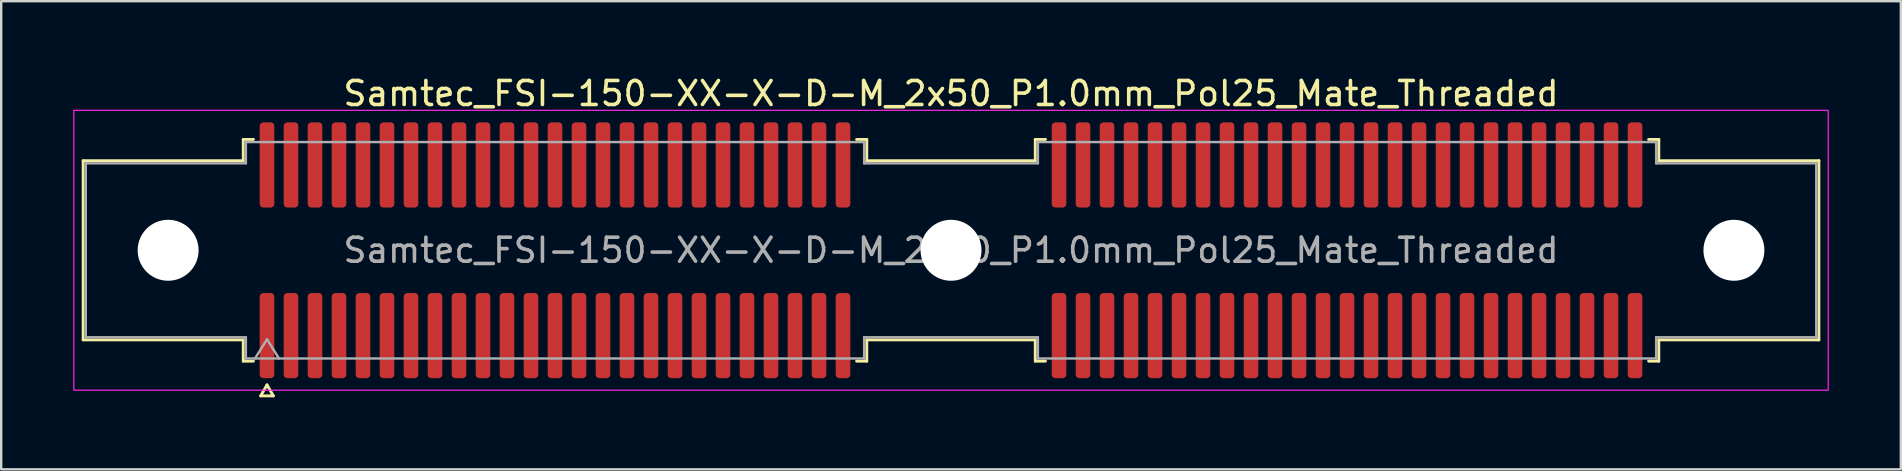
<source format=kicad_pcb>
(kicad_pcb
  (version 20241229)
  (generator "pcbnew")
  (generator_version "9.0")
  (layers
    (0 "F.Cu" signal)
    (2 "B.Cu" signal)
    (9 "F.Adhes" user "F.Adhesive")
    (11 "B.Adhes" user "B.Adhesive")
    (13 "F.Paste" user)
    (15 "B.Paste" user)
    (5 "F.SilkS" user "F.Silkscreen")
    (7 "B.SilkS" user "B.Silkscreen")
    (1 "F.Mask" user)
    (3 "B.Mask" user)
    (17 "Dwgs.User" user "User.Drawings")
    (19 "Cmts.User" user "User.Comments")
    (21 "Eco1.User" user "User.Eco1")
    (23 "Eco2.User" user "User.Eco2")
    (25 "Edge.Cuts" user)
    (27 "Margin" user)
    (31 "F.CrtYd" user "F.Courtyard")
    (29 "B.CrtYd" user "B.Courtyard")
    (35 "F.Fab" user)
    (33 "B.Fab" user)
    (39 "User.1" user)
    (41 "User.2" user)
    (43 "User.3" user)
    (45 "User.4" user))
  (footprint "Samtec_FSI-150-XX-X-D-M_2x50_P1.0mm_Pol25_Mate_Threaded"
    (layer "F.Cu")
    (at 36.575 7.378)
    (property "Reference" "Samtec_FSI-150-XX-X-D-M_2x50_P1.0mm_Pol25_Mate_Threaded" (at 0 -6.53 0) (layer "F.SilkS") (effects (font (size 1 1) (thickness 0.15))))
    (attr exclude_from_pos_files exclude_from_bom)
    (fp_line (start -36.16 -3.733) (end -29.49 -3.733) (stroke (width 0.12) (type solid)) (layer "F.SilkS"))
    (fp_line (start -36.16 3.733) (end -36.16 -3.733) (stroke (width 0.12) (type solid)) (layer "F.SilkS"))
    (fp_line (start -29.49 -4.619) (end -29.065 -4.619) (stroke (width 0.12) (type solid)) (layer "F.SilkS"))
    (fp_line (start -29.49 -3.733) (end -29.49 -4.619) (stroke (width 0.12) (type solid)) (layer "F.SilkS"))
    (fp_line (start -29.49 3.733) (end -36.16 3.733) (stroke (width 0.12) (type solid)) (layer "F.SilkS"))
    (fp_line (start -29.49 4.619) (end -29.49 3.733) (stroke (width 0.12) (type solid)) (layer "F.SilkS"))
    (fp_line (start -29.065 4.619) (end -29.49 4.619) (stroke (width 0.12) (type solid)) (layer "F.SilkS"))
    (fp_line (start -28.764 6.066) (end -28.5 5.609) (stroke (width 0.12) (type solid)) (layer "F.SilkS"))
    (fp_line (start -28.5 5.609) (end -28.236 6.066) (stroke (width 0.12) (type solid)) (layer "F.SilkS"))
    (fp_line (start -28.236 6.066) (end -28.764 6.066) (stroke (width 0.12) (type solid)) (layer "F.SilkS"))
    (fp_line (start -3.935 -4.619) (end -3.51 -4.619) (stroke (width 0.12) (type solid)) (layer "F.SilkS"))
    (fp_line (start -3.51 -4.619) (end -3.51 -3.733) (stroke (width 0.12) (type solid)) (layer "F.SilkS"))
    (fp_line (start -3.51 -3.733) (end 3.51 -3.733) (stroke (width 0.12) (type solid)) (layer "F.SilkS"))
    (fp_line (start -3.51 3.733) (end -3.51 4.619) (stroke (width 0.12) (type solid)) (layer "F.SilkS"))
    (fp_line (start -3.51 4.619) (end -3.935 4.619) (stroke (width 0.12) (type solid)) (layer "F.SilkS"))
    (fp_line (start 3.51 -4.619) (end 3.935 -4.619) (stroke (width 0.12) (type solid)) (layer "F.SilkS"))
    (fp_line (start 3.51 -3.733) (end 3.51 -4.619) (stroke (width 0.12) (type solid)) (layer "F.SilkS"))
    (fp_line (start 3.51 3.733) (end -3.51 3.733) (stroke (width 0.12) (type solid)) (layer "F.SilkS"))
    (fp_line (start 3.51 4.619) (end 3.51 3.733) (stroke (width 0.12) (type solid)) (layer "F.SilkS"))
    (fp_line (start 3.935 4.619) (end 3.51 4.619) (stroke (width 0.12) (type solid)) (layer "F.SilkS"))
    (fp_line (start 29.065 -4.619) (end 29.49 -4.619) (stroke (width 0.12) (type solid)) (layer "F.SilkS"))
    (fp_line (start 29.49 -4.619) (end 29.49 -3.733) (stroke (width 0.12) (type solid)) (layer "F.SilkS"))
    (fp_line (start 29.49 -3.733) (end 36.16 -3.733) (stroke (width 0.12) (type solid)) (layer "F.SilkS"))
    (fp_line (start 29.49 3.733) (end 29.49 4.619) (stroke (width 0.12) (type solid)) (layer "F.SilkS"))
    (fp_line (start 29.49 4.619) (end 29.065 4.619) (stroke (width 0.12) (type solid)) (layer "F.SilkS"))
    (fp_line (start 36.16 -3.733) (end 36.16 3.733) (stroke (width 0.12) (type solid)) (layer "F.SilkS"))
    (fp_line (start 36.16 3.733) (end 29.49 3.733) (stroke (width 0.12) (type solid)) (layer "F.SilkS"))
    (fp_rect (start -36.55 -5.83) (end 36.55 5.83) (stroke (width 0.05) (type solid)) (fill no) (layer "F.CrtYd"))
    (fp_line (start -36.05 -3.623) (end -29.38 -3.623) (stroke (width 0.1) (type solid)) (layer "F.Fab"))
    (fp_line (start -36.05 3.623) (end -36.05 -3.623) (stroke (width 0.1) (type solid)) (layer "F.Fab"))
    (fp_line (start -29.38 -4.508) (end -3.62 -4.508) (stroke (width 0.1) (type solid)) (layer "F.Fab"))
    (fp_line (start -29.38 -3.623) (end -29.38 -4.508) (stroke (width 0.1) (type solid)) (layer "F.Fab"))
    (fp_line (start -29.38 3.623) (end -36.05 3.623) (stroke (width 0.1) (type solid)) (layer "F.Fab"))
    (fp_line (start -29.38 4.508) (end -29.38 3.623) (stroke (width 0.1) (type solid)) (layer "F.Fab"))
    (fp_line (start -29 4.508) (end -28.5 3.708) (stroke (width 0.1) (type solid)) (layer "F.Fab"))
    (fp_line (start -28.5 3.708) (end -28 4.508) (stroke (width 0.1) (type solid)) (layer "F.Fab"))
    (fp_line (start -3.62 -4.508) (end -3.62 -3.623) (stroke (width 0.1) (type solid)) (layer "F.Fab"))
    (fp_line (start -3.62 -3.623) (end 3.62 -3.623) (stroke (width 0.1) (type solid)) (layer "F.Fab"))
    (fp_line (start -3.62 3.623) (end -3.62 4.508) (stroke (width 0.1) (type solid)) (layer "F.Fab"))
    (fp_line (start -3.62 4.508) (end -29.38 4.508) (stroke (width 0.1) (type solid)) (layer "F.Fab"))
    (fp_line (start 3.62 -4.508) (end 29.38 -4.508) (stroke (width 0.1) (type solid)) (layer "F.Fab"))
    (fp_line (start 3.62 -3.623) (end 3.62 -4.508) (stroke (width 0.1) (type solid)) (layer "F.Fab"))
    (fp_line (start 3.62 3.623) (end -3.62 3.623) (stroke (width 0.1) (type solid)) (layer "F.Fab"))
    (fp_line (start 3.62 4.508) (end 3.62 3.623) (stroke (width 0.1) (type solid)) (layer "F.Fab"))
    (fp_line (start 29.38 -4.508) (end 29.38 -3.623) (stroke (width 0.1) (type solid)) (layer "F.Fab"))
    (fp_line (start 29.38 -3.623) (end 36.05 -3.623) (stroke (width 0.1) (type solid)) (layer "F.Fab"))
    (fp_line (start 29.38 3.623) (end 29.38 4.508) (stroke (width 0.1) (type solid)) (layer "F.Fab"))
    (fp_line (start 29.38 4.508) (end 3.62 4.508) (stroke (width 0.1) (type solid)) (layer "F.Fab"))
    (fp_line (start 36.05 -3.623) (end 36.05 3.623) (stroke (width 0.1) (type solid)) (layer "F.Fab"))
    (fp_line (start 36.05 3.623) (end 29.38 3.623) (stroke (width 0.1) (type solid)) (layer "F.Fab"))
    (fp_text user "${REFERENCE}" (at 0 0 0) (layer "F.Fab") (effects (font (size 1 1) (thickness 0.15))))
    (pad "" np_thru_hole circle (at -32.62 0) (size 2.54 2.54) (drill 2.54) (layers "*.Cu" "*.Mask"))
    (pad "" np_thru_hole circle (at 0 0) (size 2.54 2.54) (drill 2.54) (layers "*.Cu" "*.Mask"))
    (pad "" np_thru_hole circle (at 32.62 0) (size 2.54 2.54) (drill 2.54) (layers "*.Cu" "*.Mask"))
    (pad "1" smd roundrect (at -28.5 3.555) (size 0.61 3.55) (layers "F.Cu" "F.Mask") (roundrect_rratio 0.25))
    (pad "2" smd roundrect (at -28.5 -3.555) (size 0.61 3.55) (layers "F.Cu" "F.Mask") (roundrect_rratio 0.25))
    (pad "3" smd roundrect (at -27.5 3.555) (size 0.61 3.55) (layers "F.Cu" "F.Mask") (roundrect_rratio 0.25))
    (pad "4" smd roundrect (at -27.5 -3.555) (size 0.61 3.55) (layers "F.Cu" "F.Mask") (roundrect_rratio 0.25))
    (pad "5" smd roundrect (at -26.5 3.555) (size 0.61 3.55) (layers "F.Cu" "F.Mask") (roundrect_rratio 0.25))
    (pad "6" smd roundrect (at -26.5 -3.555) (size 0.61 3.55) (layers "F.Cu" "F.Mask") (roundrect_rratio 0.25))
    (pad "7" smd roundrect (at -25.5 3.555) (size 0.61 3.55) (layers "F.Cu" "F.Mask") (roundrect_rratio 0.25))
    (pad "8" smd roundrect (at -25.5 -3.555) (size 0.61 3.55) (layers "F.Cu" "F.Mask") (roundrect_rratio 0.25))
    (pad "9" smd roundrect (at -24.5 3.555) (size 0.61 3.55) (layers "F.Cu" "F.Mask") (roundrect_rratio 0.25))
    (pad "10" smd roundrect (at -24.5 -3.555) (size 0.61 3.55) (layers "F.Cu" "F.Mask") (roundrect_rratio 0.25))
    (pad "11" smd roundrect (at -23.5 3.555) (size 0.61 3.55) (layers "F.Cu" "F.Mask") (roundrect_rratio 0.25))
    (pad "12" smd roundrect (at -23.5 -3.555) (size 0.61 3.55) (layers "F.Cu" "F.Mask") (roundrect_rratio 0.25))
    (pad "13" smd roundrect (at -22.5 3.555) (size 0.61 3.55) (layers "F.Cu" "F.Mask") (roundrect_rratio 0.25))
    (pad "14" smd roundrect (at -22.5 -3.555) (size 0.61 3.55) (layers "F.Cu" "F.Mask") (roundrect_rratio 0.25))
    (pad "15" smd roundrect (at -21.5 3.555) (size 0.61 3.55) (layers "F.Cu" "F.Mask") (roundrect_rratio 0.25))
    (pad "16" smd roundrect (at -21.5 -3.555) (size 0.61 3.55) (layers "F.Cu" "F.Mask") (roundrect_rratio 0.25))
    (pad "17" smd roundrect (at -20.5 3.555) (size 0.61 3.55) (layers "F.Cu" "F.Mask") (roundrect_rratio 0.25))
    (pad "18" smd roundrect (at -20.5 -3.555) (size 0.61 3.55) (layers "F.Cu" "F.Mask") (roundrect_rratio 0.25))
    (pad "19" smd roundrect (at -19.5 3.555) (size 0.61 3.55) (layers "F.Cu" "F.Mask") (roundrect_rratio 0.25))
    (pad "20" smd roundrect (at -19.5 -3.555) (size 0.61 3.55) (layers "F.Cu" "F.Mask") (roundrect_rratio 0.25))
    (pad "21" smd roundrect (at -18.5 3.555) (size 0.61 3.55) (layers "F.Cu" "F.Mask") (roundrect_rratio 0.25))
    (pad "22" smd roundrect (at -18.5 -3.555) (size 0.61 3.55) (layers "F.Cu" "F.Mask") (roundrect_rratio 0.25))
    (pad "23" smd roundrect (at -17.5 3.555) (size 0.61 3.55) (layers "F.Cu" "F.Mask") (roundrect_rratio 0.25))
    (pad "24" smd roundrect (at -17.5 -3.555) (size 0.61 3.55) (layers "F.Cu" "F.Mask") (roundrect_rratio 0.25))
    (pad "25" smd roundrect (at -16.5 3.555) (size 0.61 3.55) (layers "F.Cu" "F.Mask") (roundrect_rratio 0.25))
    (pad "26" smd roundrect (at -16.5 -3.555) (size 0.61 3.55) (layers "F.Cu" "F.Mask") (roundrect_rratio 0.25))
    (pad "27" smd roundrect (at -15.5 3.555) (size 0.61 3.55) (layers "F.Cu" "F.Mask") (roundrect_rratio 0.25))
    (pad "28" smd roundrect (at -15.5 -3.555) (size 0.61 3.55) (layers "F.Cu" "F.Mask") (roundrect_rratio 0.25))
    (pad "29" smd roundrect (at -14.5 3.555) (size 0.61 3.55) (layers "F.Cu" "F.Mask") (roundrect_rratio 0.25))
    (pad "30" smd roundrect (at -14.5 -3.555) (size 0.61 3.55) (layers "F.Cu" "F.Mask") (roundrect_rratio 0.25))
    (pad "31" smd roundrect (at -13.5 3.555) (size 0.61 3.55) (layers "F.Cu" "F.Mask") (roundrect_rratio 0.25))
    (pad "32" smd roundrect (at -13.5 -3.555) (size 0.61 3.55) (layers "F.Cu" "F.Mask") (roundrect_rratio 0.25))
    (pad "33" smd roundrect (at -12.5 3.555) (size 0.61 3.55) (layers "F.Cu" "F.Mask") (roundrect_rratio 0.25))
    (pad "34" smd roundrect (at -12.5 -3.555) (size 0.61 3.55) (layers "F.Cu" "F.Mask") (roundrect_rratio 0.25))
    (pad "35" smd roundrect (at -11.5 3.555) (size 0.61 3.55) (layers "F.Cu" "F.Mask") (roundrect_rratio 0.25))
    (pad "36" smd roundrect (at -11.5 -3.555) (size 0.61 3.55) (layers "F.Cu" "F.Mask") (roundrect_rratio 0.25))
    (pad "37" smd roundrect (at -10.5 3.555) (size 0.61 3.55) (layers "F.Cu" "F.Mask") (roundrect_rratio 0.25))
    (pad "38" smd roundrect (at -10.5 -3.555) (size 0.61 3.55) (layers "F.Cu" "F.Mask") (roundrect_rratio 0.25))
    (pad "39" smd roundrect (at -9.5 3.555) (size 0.61 3.55) (layers "F.Cu" "F.Mask") (roundrect_rratio 0.25))
    (pad "40" smd roundrect (at -9.5 -3.555) (size 0.61 3.55) (layers "F.Cu" "F.Mask") (roundrect_rratio 0.25))
    (pad "41" smd roundrect (at -8.5 3.555) (size 0.61 3.55) (layers "F.Cu" "F.Mask") (roundrect_rratio 0.25))
    (pad "42" smd roundrect (at -8.5 -3.555) (size 0.61 3.55) (layers "F.Cu" "F.Mask") (roundrect_rratio 0.25))
    (pad "43" smd roundrect (at -7.5 3.555) (size 0.61 3.55) (layers "F.Cu" "F.Mask") (roundrect_rratio 0.25))
    (pad "44" smd roundrect (at -7.5 -3.555) (size 0.61 3.55) (layers "F.Cu" "F.Mask") (roundrect_rratio 0.25))
    (pad "45" smd roundrect (at -6.5 3.555) (size 0.61 3.55) (layers "F.Cu" "F.Mask") (roundrect_rratio 0.25))
    (pad "46" smd roundrect (at -6.5 -3.555) (size 0.61 3.55) (layers "F.Cu" "F.Mask") (roundrect_rratio 0.25))
    (pad "47" smd roundrect (at -5.5 3.555) (size 0.61 3.55) (layers "F.Cu" "F.Mask") (roundrect_rratio 0.25))
    (pad "48" smd roundrect (at -5.5 -3.555) (size 0.61 3.55) (layers "F.Cu" "F.Mask") (roundrect_rratio 0.25))
    (pad "49" smd roundrect (at -4.5 3.555) (size 0.61 3.55) (layers "F.Cu" "F.Mask") (roundrect_rratio 0.25))
    (pad "50" smd roundrect (at -4.5 -3.555) (size 0.61 3.55) (layers "F.Cu" "F.Mask") (roundrect_rratio 0.25))
    (pad "51" smd roundrect (at 4.5 3.555) (size 0.61 3.55) (layers "F.Cu" "F.Mask") (roundrect_rratio 0.25))
    (pad "52" smd roundrect (at 4.5 -3.555) (size 0.61 3.55) (layers "F.Cu" "F.Mask") (roundrect_rratio 0.25))
    (pad "53" smd roundrect (at 5.5 3.555) (size 0.61 3.55) (layers "F.Cu" "F.Mask") (roundrect_rratio 0.25))
    (pad "54" smd roundrect (at 5.5 -3.555) (size 0.61 3.55) (layers "F.Cu" "F.Mask") (roundrect_rratio 0.25))
    (pad "55" smd roundrect (at 6.5 3.555) (size 0.61 3.55) (layers "F.Cu" "F.Mask") (roundrect_rratio 0.25))
    (pad "56" smd roundrect (at 6.5 -3.555) (size 0.61 3.55) (layers "F.Cu" "F.Mask") (roundrect_rratio 0.25))
    (pad "57" smd roundrect (at 7.5 3.555) (size 0.61 3.55) (layers "F.Cu" "F.Mask") (roundrect_rratio 0.25))
    (pad "58" smd roundrect (at 7.5 -3.555) (size 0.61 3.55) (layers "F.Cu" "F.Mask") (roundrect_rratio 0.25))
    (pad "59" smd roundrect (at 8.5 3.555) (size 0.61 3.55) (layers "F.Cu" "F.Mask") (roundrect_rratio 0.25))
    (pad "60" smd roundrect (at 8.5 -3.555) (size 0.61 3.55) (layers "F.Cu" "F.Mask") (roundrect_rratio 0.25))
    (pad "61" smd roundrect (at 9.5 3.555) (size 0.61 3.55) (layers "F.Cu" "F.Mask") (roundrect_rratio 0.25))
    (pad "62" smd roundrect (at 9.5 -3.555) (size 0.61 3.55) (layers "F.Cu" "F.Mask") (roundrect_rratio 0.25))
    (pad "63" smd roundrect (at 10.5 3.555) (size 0.61 3.55) (layers "F.Cu" "F.Mask") (roundrect_rratio 0.25))
    (pad "64" smd roundrect (at 10.5 -3.555) (size 0.61 3.55) (layers "F.Cu" "F.Mask") (roundrect_rratio 0.25))
    (pad "65" smd roundrect (at 11.5 3.555) (size 0.61 3.55) (layers "F.Cu" "F.Mask") (roundrect_rratio 0.25))
    (pad "66" smd roundrect (at 11.5 -3.555) (size 0.61 3.55) (layers "F.Cu" "F.Mask") (roundrect_rratio 0.25))
    (pad "67" smd roundrect (at 12.5 3.555) (size 0.61 3.55) (layers "F.Cu" "F.Mask") (roundrect_rratio 0.25))
    (pad "68" smd roundrect (at 12.5 -3.555) (size 0.61 3.55) (layers "F.Cu" "F.Mask") (roundrect_rratio 0.25))
    (pad "69" smd roundrect (at 13.5 3.555) (size 0.61 3.55) (layers "F.Cu" "F.Mask") (roundrect_rratio 0.25))
    (pad "70" smd roundrect (at 13.5 -3.555) (size 0.61 3.55) (layers "F.Cu" "F.Mask") (roundrect_rratio 0.25))
    (pad "71" smd roundrect (at 14.5 3.555) (size 0.61 3.55) (layers "F.Cu" "F.Mask") (roundrect_rratio 0.25))
    (pad "72" smd roundrect (at 14.5 -3.555) (size 0.61 3.55) (layers "F.Cu" "F.Mask") (roundrect_rratio 0.25))
    (pad "73" smd roundrect (at 15.5 3.555) (size 0.61 3.55) (layers "F.Cu" "F.Mask") (roundrect_rratio 0.25))
    (pad "74" smd roundrect (at 15.5 -3.555) (size 0.61 3.55) (layers "F.Cu" "F.Mask") (roundrect_rratio 0.25))
    (pad "75" smd roundrect (at 16.5 3.555) (size 0.61 3.55) (layers "F.Cu" "F.Mask") (roundrect_rratio 0.25))
    (pad "76" smd roundrect (at 16.5 -3.555) (size 0.61 3.55) (layers "F.Cu" "F.Mask") (roundrect_rratio 0.25))
    (pad "77" smd roundrect (at 17.5 3.555) (size 0.61 3.55) (layers "F.Cu" "F.Mask") (roundrect_rratio 0.25))
    (pad "78" smd roundrect (at 17.5 -3.555) (size 0.61 3.55) (layers "F.Cu" "F.Mask") (roundrect_rratio 0.25))
    (pad "79" smd roundrect (at 18.5 3.555) (size 0.61 3.55) (layers "F.Cu" "F.Mask") (roundrect_rratio 0.25))
    (pad "80" smd roundrect (at 18.5 -3.555) (size 0.61 3.55) (layers "F.Cu" "F.Mask") (roundrect_rratio 0.25))
    (pad "81" smd roundrect (at 19.5 3.555) (size 0.61 3.55) (layers "F.Cu" "F.Mask") (roundrect_rratio 0.25))
    (pad "82" smd roundrect (at 19.5 -3.555) (size 0.61 3.55) (layers "F.Cu" "F.Mask") (roundrect_rratio 0.25))
    (pad "83" smd roundrect (at 20.5 3.555) (size 0.61 3.55) (layers "F.Cu" "F.Mask") (roundrect_rratio 0.25))
    (pad "84" smd roundrect (at 20.5 -3.555) (size 0.61 3.55) (layers "F.Cu" "F.Mask") (roundrect_rratio 0.25))
    (pad "85" smd roundrect (at 21.5 3.555) (size 0.61 3.55) (layers "F.Cu" "F.Mask") (roundrect_rratio 0.25))
    (pad "86" smd roundrect (at 21.5 -3.555) (size 0.61 3.55) (layers "F.Cu" "F.Mask") (roundrect_rratio 0.25))
    (pad "87" smd roundrect (at 22.5 3.555) (size 0.61 3.55) (layers "F.Cu" "F.Mask") (roundrect_rratio 0.25))
    (pad "88" smd roundrect (at 22.5 -3.555) (size 0.61 3.55) (layers "F.Cu" "F.Mask") (roundrect_rratio 0.25))
    (pad "89" smd roundrect (at 23.5 3.555) (size 0.61 3.55) (layers "F.Cu" "F.Mask") (roundrect_rratio 0.25))
    (pad "90" smd roundrect (at 23.5 -3.555) (size 0.61 3.55) (layers "F.Cu" "F.Mask") (roundrect_rratio 0.25))
    (pad "91" smd roundrect (at 24.5 3.555) (size 0.61 3.55) (layers "F.Cu" "F.Mask") (roundrect_rratio 0.25))
    (pad "92" smd roundrect (at 24.5 -3.555) (size 0.61 3.55) (layers "F.Cu" "F.Mask") (roundrect_rratio 0.25))
    (pad "93" smd roundrect (at 25.5 3.555) (size 0.61 3.55) (layers "F.Cu" "F.Mask") (roundrect_rratio 0.25))
    (pad "94" smd roundrect (at 25.5 -3.555) (size 0.61 3.55) (layers "F.Cu" "F.Mask") (roundrect_rratio 0.25))
    (pad "95" smd roundrect (at 26.5 3.555) (size 0.61 3.55) (layers "F.Cu" "F.Mask") (roundrect_rratio 0.25))
    (pad "96" smd roundrect (at 26.5 -3.555) (size 0.61 3.55) (layers "F.Cu" "F.Mask") (roundrect_rratio 0.25))
    (pad "97" smd roundrect (at 27.5 3.555) (size 0.61 3.55) (layers "F.Cu" "F.Mask") (roundrect_rratio 0.25))
    (pad "98" smd roundrect (at 27.5 -3.555) (size 0.61 3.55) (layers "F.Cu" "F.Mask") (roundrect_rratio 0.25))
    (pad "99" smd roundrect (at 28.5 3.555) (size 0.61 3.55) (layers "F.Cu" "F.Mask") (roundrect_rratio 0.25))
    (pad "100" smd roundrect (at 28.5 -3.555) (size 0.61 3.55) (layers "F.Cu" "F.Mask") (roundrect_rratio 0.25)))
  (gr_rect
    (start -3 -3)
    (end 76.15 16.504)
    (stroke (width 0.1) (type default))
    (fill no)
    (layer "Edge.Cuts")))
</source>
